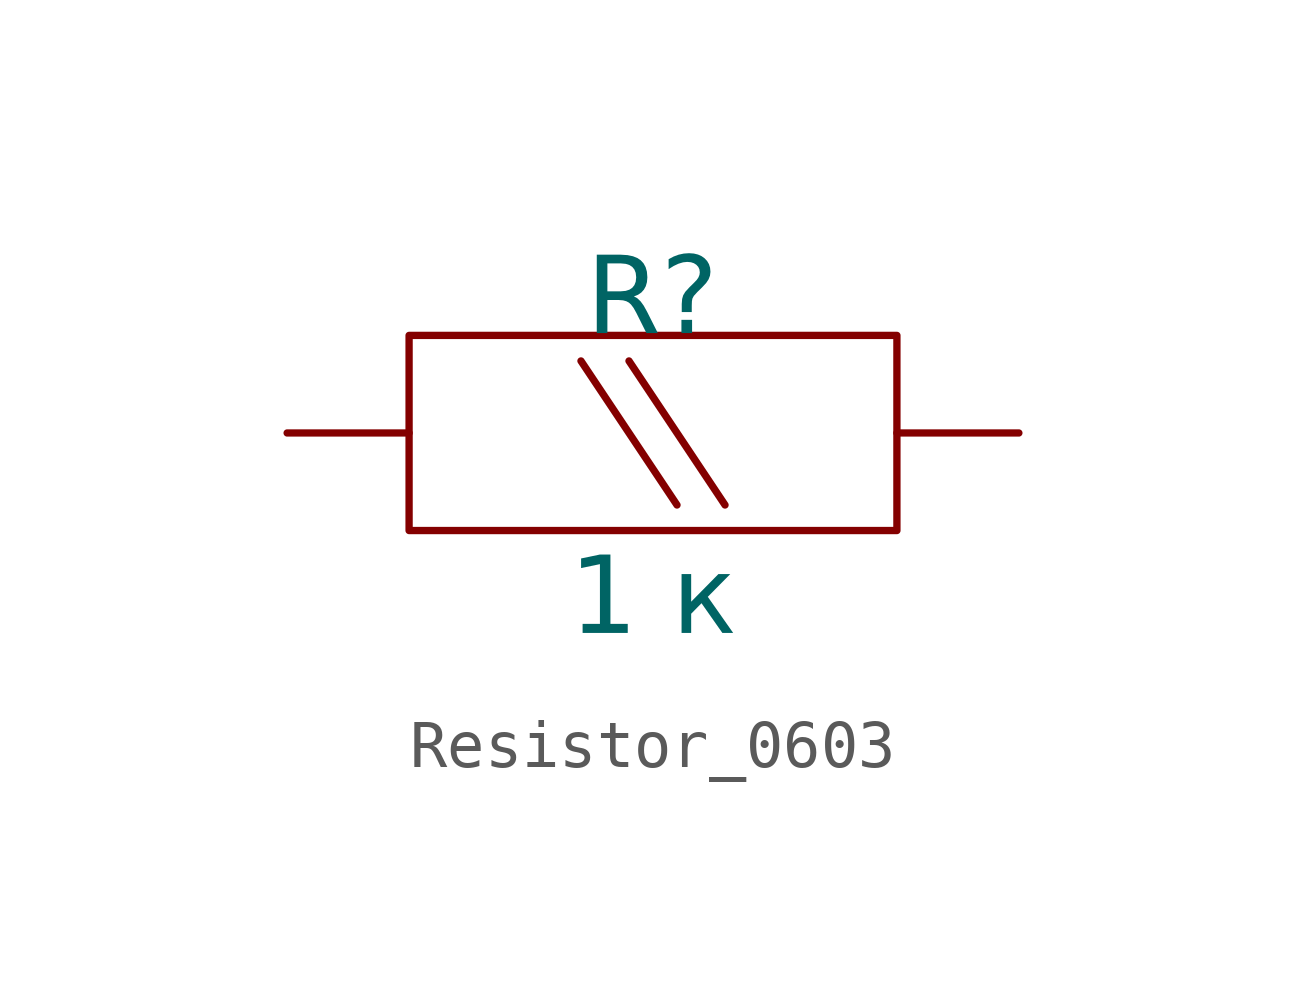
<source format=kicad_sym>
(kicad_symbol_lib
  (version 20231120)
  (generator "kicad_symbol_editor")
  (generator_version "8.0")
  (symbol "Resistor_0603"
    (pin_numbers hide)
    (pin_names
      (offset 0) hide)
    (property "Reference" "R"
      (at -0.019 3.681 0)
      (effects (font (face "GOST type A") (size 1.6 1.6) (italic yes)) (justify top)))
    (property "Value" "1 к"
      (at 0 -3.5 0)
      (effects (font (face "GOST type A") (size 1.6 1.6) (italic yes))))
    (symbol "Resistor_0603_0_1"
      (polyline (pts (xy -1.5 1.5) (xy 0.5 -1.5)) (stroke (width 0) (type default)) (fill (type none)))
      (polyline (pts (xy -0.5 1.5) (xy 1.5 -1.5)) (stroke (width 0) (type default)) (fill (type none)))
      (polyline (pts (xy -5.08 0) (xy -5.08 2.032) (xy 5.08 2.032) (xy 5.08 -2.032) (xy -5.08 -2.032) (xy -5.08 0)) (stroke (width 0) (type default)) (fill (type none))))
    (symbol "Resistor_0603_1_1"
      (pin passive line (at -7.62 0 0) (length 2.54) (name "~" (effects (font (size 1.27 1.27)))) (number "1" (effects (font (size 1.27 1.27)))))
      (pin passive line (at 7.62 0 180) (length 2.54) (name "~" (effects (font (size 1.27 1.27)))) (number "2" (effects (font (size 1.27 1.27))))))))
</source>
